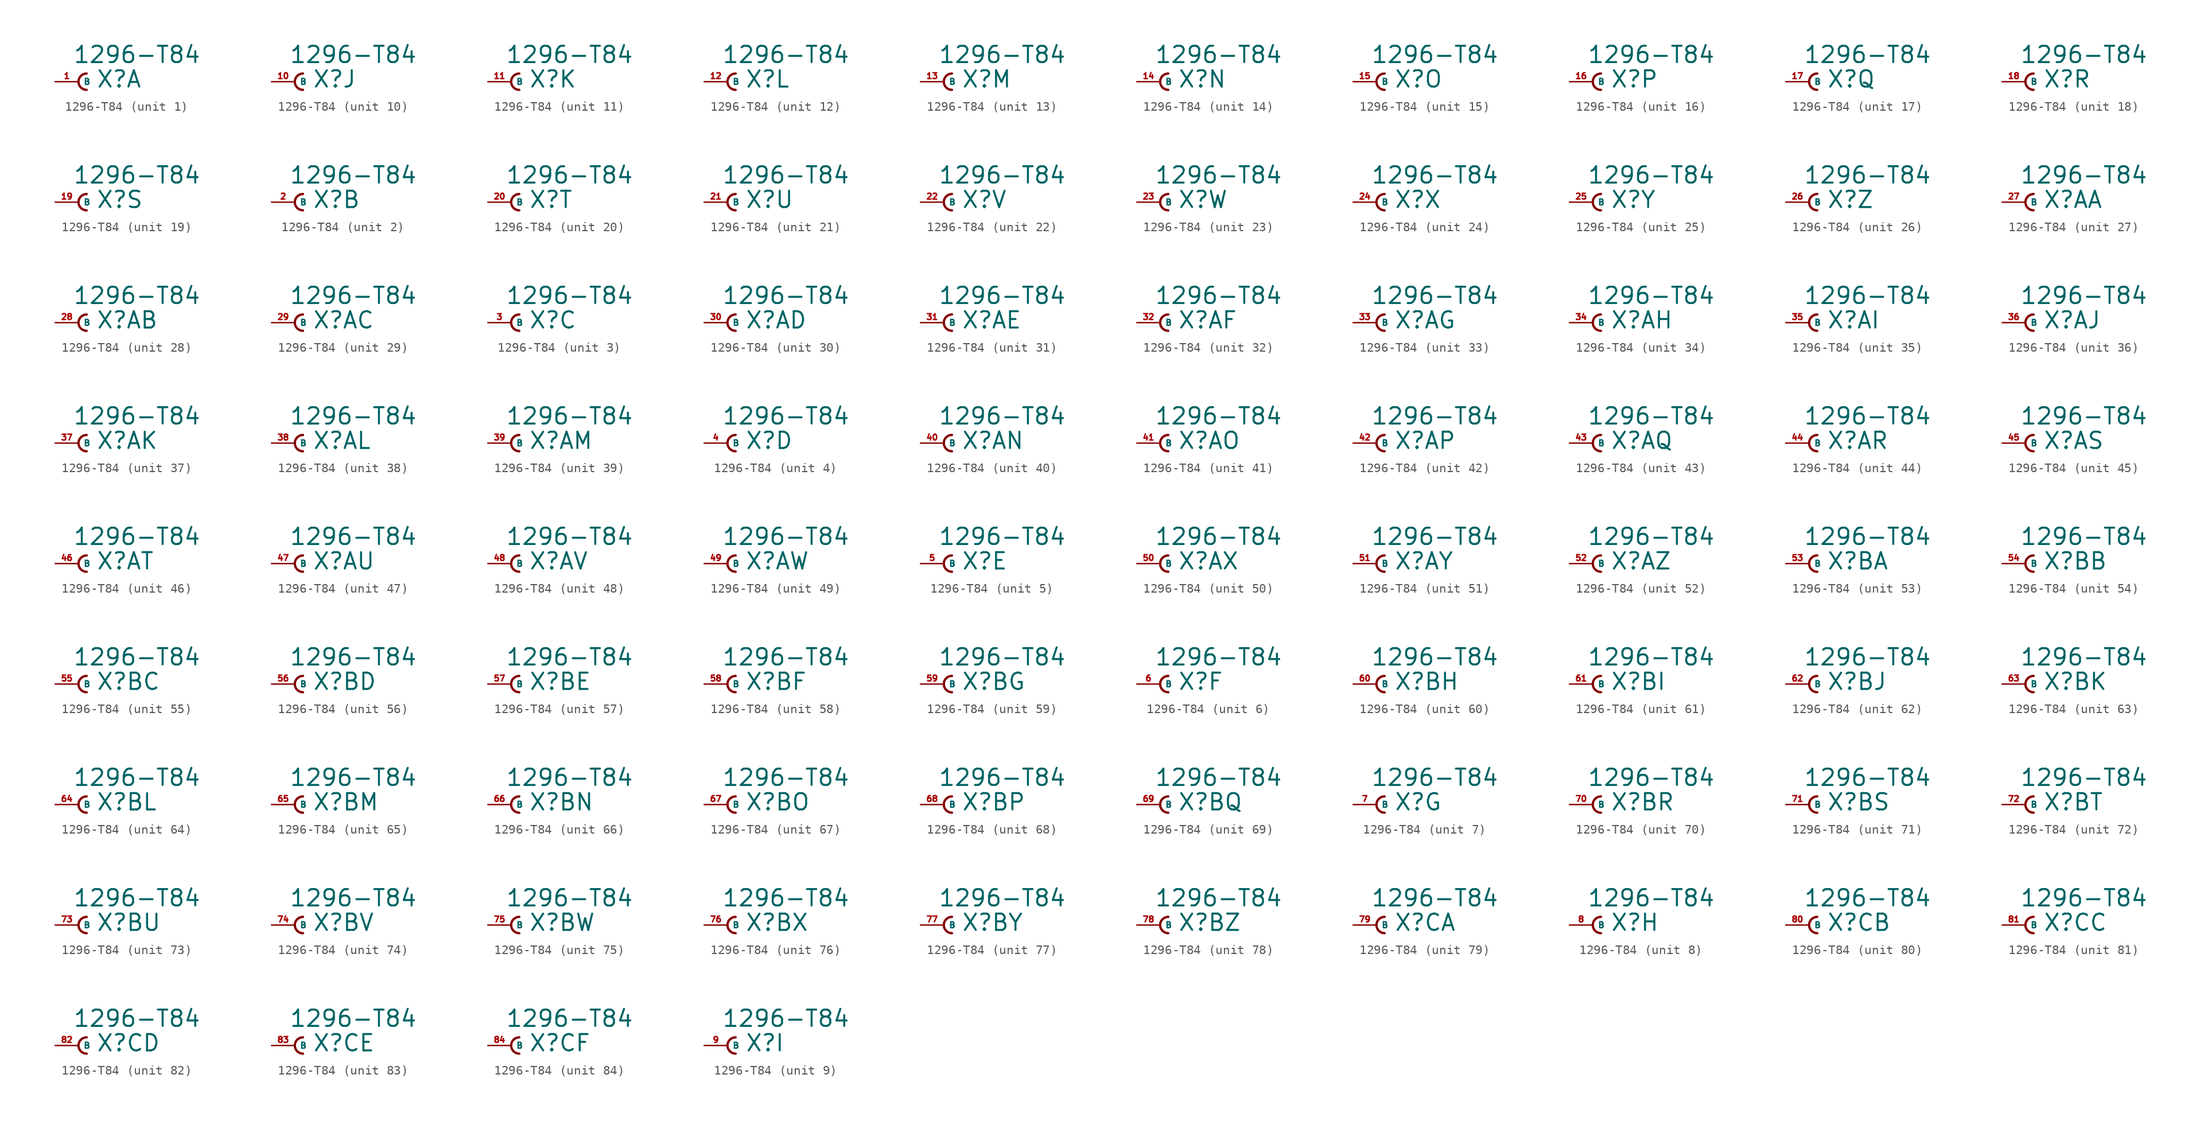
<source format=kicad_sym>
(kicad_symbol_lib
  (version 20220914)
  (generator Eagle2Kicad)
  (symbol "1296-T84"
    (property "Reference" "X"
      (at 1.905 -0.762 0)
      (effects (font (size 1.778 1.778) (thickness 0.22)) (justify left bottom)))
    (property "Value" "1296-T84"
      (at -0.635 1.905 0)
      (effects (font (size 1.778 1.778) (thickness 0.22)) (justify left bottom)))
    (symbol "1296-T84_1_0"
      (arc (start 0.889 0.889) (mid 0.000 0.000) (end 0.889 -0.889) (stroke (width 0.254) (type default)) (fill (type none)))
      (pin passive line (at -2.54 0 0) (length 2.54) (name "B" (effects (font (size 0.635 0.635) (thickness 0.08)) (justify left bottom))) (number "1" (effects (font (size 0.635 0.635) (thickness 0.08)) (justify left bottom)))))
    (symbol "1296-T84_2_0"
      (arc (start 0.889 0.889) (mid 0.000 0.000) (end 0.889 -0.889) (stroke (width 0.254) (type default)) (fill (type none)))
      (pin passive line (at -2.54 0 0) (length 2.54) (name "B" (effects (font (size 0.635 0.635) (thickness 0.08)) (justify left bottom))) (number "2" (effects (font (size 0.635 0.635) (thickness 0.08)) (justify left bottom)))))
    (symbol "1296-T84_3_0"
      (arc (start 0.889 0.889) (mid 0.000 0.000) (end 0.889 -0.889) (stroke (width 0.254) (type default)) (fill (type none)))
      (pin passive line (at -2.54 0 0) (length 2.54) (name "B" (effects (font (size 0.635 0.635) (thickness 0.08)) (justify left bottom))) (number "3" (effects (font (size 0.635 0.635) (thickness 0.08)) (justify left bottom)))))
    (symbol "1296-T84_4_0"
      (arc (start 0.889 0.889) (mid 0.000 0.000) (end 0.889 -0.889) (stroke (width 0.254) (type default)) (fill (type none)))
      (pin passive line (at -2.54 0 0) (length 2.54) (name "B" (effects (font (size 0.635 0.635) (thickness 0.08)) (justify left bottom))) (number "4" (effects (font (size 0.635 0.635) (thickness 0.08)) (justify left bottom)))))
    (symbol "1296-T84_5_0"
      (arc (start 0.889 0.889) (mid 0.000 0.000) (end 0.889 -0.889) (stroke (width 0.254) (type default)) (fill (type none)))
      (pin passive line (at -2.54 0 0) (length 2.54) (name "B" (effects (font (size 0.635 0.635) (thickness 0.08)) (justify left bottom))) (number "5" (effects (font (size 0.635 0.635) (thickness 0.08)) (justify left bottom)))))
    (symbol "1296-T84_6_0"
      (arc (start 0.889 0.889) (mid 0.000 0.000) (end 0.889 -0.889) (stroke (width 0.254) (type default)) (fill (type none)))
      (pin passive line (at -2.54 0 0) (length 2.54) (name "B" (effects (font (size 0.635 0.635) (thickness 0.08)) (justify left bottom))) (number "6" (effects (font (size 0.635 0.635) (thickness 0.08)) (justify left bottom)))))
    (symbol "1296-T84_7_0"
      (arc (start 0.889 0.889) (mid 0.000 0.000) (end 0.889 -0.889) (stroke (width 0.254) (type default)) (fill (type none)))
      (pin passive line (at -2.54 0 0) (length 2.54) (name "B" (effects (font (size 0.635 0.635) (thickness 0.08)) (justify left bottom))) (number "7" (effects (font (size 0.635 0.635) (thickness 0.08)) (justify left bottom)))))
    (symbol "1296-T84_8_0"
      (arc (start 0.889 0.889) (mid 0.000 0.000) (end 0.889 -0.889) (stroke (width 0.254) (type default)) (fill (type none)))
      (pin passive line (at -2.54 0 0) (length 2.54) (name "B" (effects (font (size 0.635 0.635) (thickness 0.08)) (justify left bottom))) (number "8" (effects (font (size 0.635 0.635) (thickness 0.08)) (justify left bottom)))))
    (symbol "1296-T84_9_0"
      (arc (start 0.889 0.889) (mid 0.000 0.000) (end 0.889 -0.889) (stroke (width 0.254) (type default)) (fill (type none)))
      (pin passive line (at -2.54 0 0) (length 2.54) (name "B" (effects (font (size 0.635 0.635) (thickness 0.08)) (justify left bottom))) (number "9" (effects (font (size 0.635 0.635) (thickness 0.08)) (justify left bottom)))))
    (symbol "1296-T84_10_0"
      (arc (start 0.889 0.889) (mid 0.000 0.000) (end 0.889 -0.889) (stroke (width 0.254) (type default)) (fill (type none)))
      (pin passive line (at -2.54 0 0) (length 2.54) (name "B" (effects (font (size 0.635 0.635) (thickness 0.08)) (justify left bottom))) (number "10" (effects (font (size 0.635 0.635) (thickness 0.08)) (justify left bottom)))))
    (symbol "1296-T84_11_0"
      (arc (start 0.889 0.889) (mid 0.000 0.000) (end 0.889 -0.889) (stroke (width 0.254) (type default)) (fill (type none)))
      (pin passive line (at -2.54 0 0) (length 2.54) (name "B" (effects (font (size 0.635 0.635) (thickness 0.08)) (justify left bottom))) (number "11" (effects (font (size 0.635 0.635) (thickness 0.08)) (justify left bottom)))))
    (symbol "1296-T84_12_0"
      (arc (start 0.889 0.889) (mid 0.000 0.000) (end 0.889 -0.889) (stroke (width 0.254) (type default)) (fill (type none)))
      (pin passive line (at -2.54 0 0) (length 2.54) (name "B" (effects (font (size 0.635 0.635) (thickness 0.08)) (justify left bottom))) (number "12" (effects (font (size 0.635 0.635) (thickness 0.08)) (justify left bottom)))))
    (symbol "1296-T84_13_0"
      (arc (start 0.889 0.889) (mid 0.000 0.000) (end 0.889 -0.889) (stroke (width 0.254) (type default)) (fill (type none)))
      (pin passive line (at -2.54 0 0) (length 2.54) (name "B" (effects (font (size 0.635 0.635) (thickness 0.08)) (justify left bottom))) (number "13" (effects (font (size 0.635 0.635) (thickness 0.08)) (justify left bottom)))))
    (symbol "1296-T84_14_0"
      (arc (start 0.889 0.889) (mid 0.000 0.000) (end 0.889 -0.889) (stroke (width 0.254) (type default)) (fill (type none)))
      (pin passive line (at -2.54 0 0) (length 2.54) (name "B" (effects (font (size 0.635 0.635) (thickness 0.08)) (justify left bottom))) (number "14" (effects (font (size 0.635 0.635) (thickness 0.08)) (justify left bottom)))))
    (symbol "1296-T84_15_0"
      (arc (start 0.889 0.889) (mid 0.000 0.000) (end 0.889 -0.889) (stroke (width 0.254) (type default)) (fill (type none)))
      (pin passive line (at -2.54 0 0) (length 2.54) (name "B" (effects (font (size 0.635 0.635) (thickness 0.08)) (justify left bottom))) (number "15" (effects (font (size 0.635 0.635) (thickness 0.08)) (justify left bottom)))))
    (symbol "1296-T84_16_0"
      (arc (start 0.889 0.889) (mid 0.000 0.000) (end 0.889 -0.889) (stroke (width 0.254) (type default)) (fill (type none)))
      (pin passive line (at -2.54 0 0) (length 2.54) (name "B" (effects (font (size 0.635 0.635) (thickness 0.08)) (justify left bottom))) (number "16" (effects (font (size 0.635 0.635) (thickness 0.08)) (justify left bottom)))))
    (symbol "1296-T84_17_0"
      (arc (start 0.889 0.889) (mid 0.000 0.000) (end 0.889 -0.889) (stroke (width 0.254) (type default)) (fill (type none)))
      (pin passive line (at -2.54 0 0) (length 2.54) (name "B" (effects (font (size 0.635 0.635) (thickness 0.08)) (justify left bottom))) (number "17" (effects (font (size 0.635 0.635) (thickness 0.08)) (justify left bottom)))))
    (symbol "1296-T84_18_0"
      (arc (start 0.889 0.889) (mid 0.000 0.000) (end 0.889 -0.889) (stroke (width 0.254) (type default)) (fill (type none)))
      (pin passive line (at -2.54 0 0) (length 2.54) (name "B" (effects (font (size 0.635 0.635) (thickness 0.08)) (justify left bottom))) (number "18" (effects (font (size 0.635 0.635) (thickness 0.08)) (justify left bottom)))))
    (symbol "1296-T84_19_0"
      (arc (start 0.889 0.889) (mid 0.000 0.000) (end 0.889 -0.889) (stroke (width 0.254) (type default)) (fill (type none)))
      (pin passive line (at -2.54 0 0) (length 2.54) (name "B" (effects (font (size 0.635 0.635) (thickness 0.08)) (justify left bottom))) (number "19" (effects (font (size 0.635 0.635) (thickness 0.08)) (justify left bottom)))))
    (symbol "1296-T84_20_0"
      (arc (start 0.889 0.889) (mid 0.000 0.000) (end 0.889 -0.889) (stroke (width 0.254) (type default)) (fill (type none)))
      (pin passive line (at -2.54 0 0) (length 2.54) (name "B" (effects (font (size 0.635 0.635) (thickness 0.08)) (justify left bottom))) (number "20" (effects (font (size 0.635 0.635) (thickness 0.08)) (justify left bottom)))))
    (symbol "1296-T84_21_0"
      (arc (start 0.889 0.889) (mid 0.000 0.000) (end 0.889 -0.889) (stroke (width 0.254) (type default)) (fill (type none)))
      (pin passive line (at -2.54 0 0) (length 2.54) (name "B" (effects (font (size 0.635 0.635) (thickness 0.08)) (justify left bottom))) (number "21" (effects (font (size 0.635 0.635) (thickness 0.08)) (justify left bottom)))))
    (symbol "1296-T84_22_0"
      (arc (start 0.889 0.889) (mid 0.000 0.000) (end 0.889 -0.889) (stroke (width 0.254) (type default)) (fill (type none)))
      (pin passive line (at -2.54 0 0) (length 2.54) (name "B" (effects (font (size 0.635 0.635) (thickness 0.08)) (justify left bottom))) (number "22" (effects (font (size 0.635 0.635) (thickness 0.08)) (justify left bottom)))))
    (symbol "1296-T84_23_0"
      (arc (start 0.889 0.889) (mid 0.000 0.000) (end 0.889 -0.889) (stroke (width 0.254) (type default)) (fill (type none)))
      (pin passive line (at -2.54 0 0) (length 2.54) (name "B" (effects (font (size 0.635 0.635) (thickness 0.08)) (justify left bottom))) (number "23" (effects (font (size 0.635 0.635) (thickness 0.08)) (justify left bottom)))))
    (symbol "1296-T84_24_0"
      (arc (start 0.889 0.889) (mid 0.000 0.000) (end 0.889 -0.889) (stroke (width 0.254) (type default)) (fill (type none)))
      (pin passive line (at -2.54 0 0) (length 2.54) (name "B" (effects (font (size 0.635 0.635) (thickness 0.08)) (justify left bottom))) (number "24" (effects (font (size 0.635 0.635) (thickness 0.08)) (justify left bottom)))))
    (symbol "1296-T84_25_0"
      (arc (start 0.889 0.889) (mid 0.000 0.000) (end 0.889 -0.889) (stroke (width 0.254) (type default)) (fill (type none)))
      (pin passive line (at -2.54 0 0) (length 2.54) (name "B" (effects (font (size 0.635 0.635) (thickness 0.08)) (justify left bottom))) (number "25" (effects (font (size 0.635 0.635) (thickness 0.08)) (justify left bottom)))))
    (symbol "1296-T84_26_0"
      (arc (start 0.889 0.889) (mid 0.000 0.000) (end 0.889 -0.889) (stroke (width 0.254) (type default)) (fill (type none)))
      (pin passive line (at -2.54 0 0) (length 2.54) (name "B" (effects (font (size 0.635 0.635) (thickness 0.08)) (justify left bottom))) (number "26" (effects (font (size 0.635 0.635) (thickness 0.08)) (justify left bottom)))))
    (symbol "1296-T84_27_0"
      (arc (start 0.889 0.889) (mid 0.000 0.000) (end 0.889 -0.889) (stroke (width 0.254) (type default)) (fill (type none)))
      (pin passive line (at -2.54 0 0) (length 2.54) (name "B" (effects (font (size 0.635 0.635) (thickness 0.08)) (justify left bottom))) (number "27" (effects (font (size 0.635 0.635) (thickness 0.08)) (justify left bottom)))))
    (symbol "1296-T84_28_0"
      (arc (start 0.889 0.889) (mid 0.000 0.000) (end 0.889 -0.889) (stroke (width 0.254) (type default)) (fill (type none)))
      (pin passive line (at -2.54 0 0) (length 2.54) (name "B" (effects (font (size 0.635 0.635) (thickness 0.08)) (justify left bottom))) (number "28" (effects (font (size 0.635 0.635) (thickness 0.08)) (justify left bottom)))))
    (symbol "1296-T84_29_0"
      (arc (start 0.889 0.889) (mid 0.000 0.000) (end 0.889 -0.889) (stroke (width 0.254) (type default)) (fill (type none)))
      (pin passive line (at -2.54 0 0) (length 2.54) (name "B" (effects (font (size 0.635 0.635) (thickness 0.08)) (justify left bottom))) (number "29" (effects (font (size 0.635 0.635) (thickness 0.08)) (justify left bottom)))))
    (symbol "1296-T84_30_0"
      (arc (start 0.889 0.889) (mid 0.000 0.000) (end 0.889 -0.889) (stroke (width 0.254) (type default)) (fill (type none)))
      (pin passive line (at -2.54 0 0) (length 2.54) (name "B" (effects (font (size 0.635 0.635) (thickness 0.08)) (justify left bottom))) (number "30" (effects (font (size 0.635 0.635) (thickness 0.08)) (justify left bottom)))))
    (symbol "1296-T84_31_0"
      (arc (start 0.889 0.889) (mid 0.000 0.000) (end 0.889 -0.889) (stroke (width 0.254) (type default)) (fill (type none)))
      (pin passive line (at -2.54 0 0) (length 2.54) (name "B" (effects (font (size 0.635 0.635) (thickness 0.08)) (justify left bottom))) (number "31" (effects (font (size 0.635 0.635) (thickness 0.08)) (justify left bottom)))))
    (symbol "1296-T84_32_0"
      (arc (start 0.889 0.889) (mid 0.000 0.000) (end 0.889 -0.889) (stroke (width 0.254) (type default)) (fill (type none)))
      (pin passive line (at -2.54 0 0) (length 2.54) (name "B" (effects (font (size 0.635 0.635) (thickness 0.08)) (justify left bottom))) (number "32" (effects (font (size 0.635 0.635) (thickness 0.08)) (justify left bottom)))))
    (symbol "1296-T84_33_0"
      (arc (start 0.889 0.889) (mid 0.000 0.000) (end 0.889 -0.889) (stroke (width 0.254) (type default)) (fill (type none)))
      (pin passive line (at -2.54 0 0) (length 2.54) (name "B" (effects (font (size 0.635 0.635) (thickness 0.08)) (justify left bottom))) (number "33" (effects (font (size 0.635 0.635) (thickness 0.08)) (justify left bottom)))))
    (symbol "1296-T84_34_0"
      (arc (start 0.889 0.889) (mid 0.000 0.000) (end 0.889 -0.889) (stroke (width 0.254) (type default)) (fill (type none)))
      (pin passive line (at -2.54 0 0) (length 2.54) (name "B" (effects (font (size 0.635 0.635) (thickness 0.08)) (justify left bottom))) (number "34" (effects (font (size 0.635 0.635) (thickness 0.08)) (justify left bottom)))))
    (symbol "1296-T84_35_0"
      (arc (start 0.889 0.889) (mid 0.000 0.000) (end 0.889 -0.889) (stroke (width 0.254) (type default)) (fill (type none)))
      (pin passive line (at -2.54 0 0) (length 2.54) (name "B" (effects (font (size 0.635 0.635) (thickness 0.08)) (justify left bottom))) (number "35" (effects (font (size 0.635 0.635) (thickness 0.08)) (justify left bottom)))))
    (symbol "1296-T84_36_0"
      (arc (start 0.889 0.889) (mid 0.000 0.000) (end 0.889 -0.889) (stroke (width 0.254) (type default)) (fill (type none)))
      (pin passive line (at -2.54 0 0) (length 2.54) (name "B" (effects (font (size 0.635 0.635) (thickness 0.08)) (justify left bottom))) (number "36" (effects (font (size 0.635 0.635) (thickness 0.08)) (justify left bottom)))))
    (symbol "1296-T84_37_0"
      (arc (start 0.889 0.889) (mid 0.000 0.000) (end 0.889 -0.889) (stroke (width 0.254) (type default)) (fill (type none)))
      (pin passive line (at -2.54 0 0) (length 2.54) (name "B" (effects (font (size 0.635 0.635) (thickness 0.08)) (justify left bottom))) (number "37" (effects (font (size 0.635 0.635) (thickness 0.08)) (justify left bottom)))))
    (symbol "1296-T84_38_0"
      (arc (start 0.889 0.889) (mid 0.000 0.000) (end 0.889 -0.889) (stroke (width 0.254) (type default)) (fill (type none)))
      (pin passive line (at -2.54 0 0) (length 2.54) (name "B" (effects (font (size 0.635 0.635) (thickness 0.08)) (justify left bottom))) (number "38" (effects (font (size 0.635 0.635) (thickness 0.08)) (justify left bottom)))))
    (symbol "1296-T84_39_0"
      (arc (start 0.889 0.889) (mid 0.000 0.000) (end 0.889 -0.889) (stroke (width 0.254) (type default)) (fill (type none)))
      (pin passive line (at -2.54 0 0) (length 2.54) (name "B" (effects (font (size 0.635 0.635) (thickness 0.08)) (justify left bottom))) (number "39" (effects (font (size 0.635 0.635) (thickness 0.08)) (justify left bottom)))))
    (symbol "1296-T84_40_0"
      (arc (start 0.889 0.889) (mid 0.000 0.000) (end 0.889 -0.889) (stroke (width 0.254) (type default)) (fill (type none)))
      (pin passive line (at -2.54 0 0) (length 2.54) (name "B" (effects (font (size 0.635 0.635) (thickness 0.08)) (justify left bottom))) (number "40" (effects (font (size 0.635 0.635) (thickness 0.08)) (justify left bottom)))))
    (symbol "1296-T84_41_0"
      (arc (start 0.889 0.889) (mid 0.000 0.000) (end 0.889 -0.889) (stroke (width 0.254) (type default)) (fill (type none)))
      (pin passive line (at -2.54 0 0) (length 2.54) (name "B" (effects (font (size 0.635 0.635) (thickness 0.08)) (justify left bottom))) (number "41" (effects (font (size 0.635 0.635) (thickness 0.08)) (justify left bottom)))))
    (symbol "1296-T84_42_0"
      (arc (start 0.889 0.889) (mid 0.000 0.000) (end 0.889 -0.889) (stroke (width 0.254) (type default)) (fill (type none)))
      (pin passive line (at -2.54 0 0) (length 2.54) (name "B" (effects (font (size 0.635 0.635) (thickness 0.08)) (justify left bottom))) (number "42" (effects (font (size 0.635 0.635) (thickness 0.08)) (justify left bottom)))))
    (symbol "1296-T84_43_0"
      (arc (start 0.889 0.889) (mid 0.000 0.000) (end 0.889 -0.889) (stroke (width 0.254) (type default)) (fill (type none)))
      (pin passive line (at -2.54 0 0) (length 2.54) (name "B" (effects (font (size 0.635 0.635) (thickness 0.08)) (justify left bottom))) (number "43" (effects (font (size 0.635 0.635) (thickness 0.08)) (justify left bottom)))))
    (symbol "1296-T84_44_0"
      (arc (start 0.889 0.889) (mid 0.000 0.000) (end 0.889 -0.889) (stroke (width 0.254) (type default)) (fill (type none)))
      (pin passive line (at -2.54 0 0) (length 2.54) (name "B" (effects (font (size 0.635 0.635) (thickness 0.08)) (justify left bottom))) (number "44" (effects (font (size 0.635 0.635) (thickness 0.08)) (justify left bottom)))))
    (symbol "1296-T84_45_0"
      (arc (start 0.889 0.889) (mid 0.000 0.000) (end 0.889 -0.889) (stroke (width 0.254) (type default)) (fill (type none)))
      (pin passive line (at -2.54 0 0) (length 2.54) (name "B" (effects (font (size 0.635 0.635) (thickness 0.08)) (justify left bottom))) (number "45" (effects (font (size 0.635 0.635) (thickness 0.08)) (justify left bottom)))))
    (symbol "1296-T84_46_0"
      (arc (start 0.889 0.889) (mid 0.000 0.000) (end 0.889 -0.889) (stroke (width 0.254) (type default)) (fill (type none)))
      (pin passive line (at -2.54 0 0) (length 2.54) (name "B" (effects (font (size 0.635 0.635) (thickness 0.08)) (justify left bottom))) (number "46" (effects (font (size 0.635 0.635) (thickness 0.08)) (justify left bottom)))))
    (symbol "1296-T84_47_0"
      (arc (start 0.889 0.889) (mid 0.000 0.000) (end 0.889 -0.889) (stroke (width 0.254) (type default)) (fill (type none)))
      (pin passive line (at -2.54 0 0) (length 2.54) (name "B" (effects (font (size 0.635 0.635) (thickness 0.08)) (justify left bottom))) (number "47" (effects (font (size 0.635 0.635) (thickness 0.08)) (justify left bottom)))))
    (symbol "1296-T84_48_0"
      (arc (start 0.889 0.889) (mid 0.000 0.000) (end 0.889 -0.889) (stroke (width 0.254) (type default)) (fill (type none)))
      (pin passive line (at -2.54 0 0) (length 2.54) (name "B" (effects (font (size 0.635 0.635) (thickness 0.08)) (justify left bottom))) (number "48" (effects (font (size 0.635 0.635) (thickness 0.08)) (justify left bottom)))))
    (symbol "1296-T84_49_0"
      (arc (start 0.889 0.889) (mid 0.000 0.000) (end 0.889 -0.889) (stroke (width 0.254) (type default)) (fill (type none)))
      (pin passive line (at -2.54 0 0) (length 2.54) (name "B" (effects (font (size 0.635 0.635) (thickness 0.08)) (justify left bottom))) (number "49" (effects (font (size 0.635 0.635) (thickness 0.08)) (justify left bottom)))))
    (symbol "1296-T84_50_0"
      (arc (start 0.889 0.889) (mid 0.000 0.000) (end 0.889 -0.889) (stroke (width 0.254) (type default)) (fill (type none)))
      (pin passive line (at -2.54 0 0) (length 2.54) (name "B" (effects (font (size 0.635 0.635) (thickness 0.08)) (justify left bottom))) (number "50" (effects (font (size 0.635 0.635) (thickness 0.08)) (justify left bottom)))))
    (symbol "1296-T84_51_0"
      (arc (start 0.889 0.889) (mid 0.000 0.000) (end 0.889 -0.889) (stroke (width 0.254) (type default)) (fill (type none)))
      (pin passive line (at -2.54 0 0) (length 2.54) (name "B" (effects (font (size 0.635 0.635) (thickness 0.08)) (justify left bottom))) (number "51" (effects (font (size 0.635 0.635) (thickness 0.08)) (justify left bottom)))))
    (symbol "1296-T84_52_0"
      (arc (start 0.889 0.889) (mid 0.000 0.000) (end 0.889 -0.889) (stroke (width 0.254) (type default)) (fill (type none)))
      (pin passive line (at -2.54 0 0) (length 2.54) (name "B" (effects (font (size 0.635 0.635) (thickness 0.08)) (justify left bottom))) (number "52" (effects (font (size 0.635 0.635) (thickness 0.08)) (justify left bottom)))))
    (symbol "1296-T84_53_0"
      (arc (start 0.889 0.889) (mid 0.000 0.000) (end 0.889 -0.889) (stroke (width 0.254) (type default)) (fill (type none)))
      (pin passive line (at -2.54 0 0) (length 2.54) (name "B" (effects (font (size 0.635 0.635) (thickness 0.08)) (justify left bottom))) (number "53" (effects (font (size 0.635 0.635) (thickness 0.08)) (justify left bottom)))))
    (symbol "1296-T84_54_0"
      (arc (start 0.889 0.889) (mid 0.000 0.000) (end 0.889 -0.889) (stroke (width 0.254) (type default)) (fill (type none)))
      (pin passive line (at -2.54 0 0) (length 2.54) (name "B" (effects (font (size 0.635 0.635) (thickness 0.08)) (justify left bottom))) (number "54" (effects (font (size 0.635 0.635) (thickness 0.08)) (justify left bottom)))))
    (symbol "1296-T84_55_0"
      (arc (start 0.889 0.889) (mid 0.000 0.000) (end 0.889 -0.889) (stroke (width 0.254) (type default)) (fill (type none)))
      (pin passive line (at -2.54 0 0) (length 2.54) (name "B" (effects (font (size 0.635 0.635) (thickness 0.08)) (justify left bottom))) (number "55" (effects (font (size 0.635 0.635) (thickness 0.08)) (justify left bottom)))))
    (symbol "1296-T84_56_0"
      (arc (start 0.889 0.889) (mid 0.000 0.000) (end 0.889 -0.889) (stroke (width 0.254) (type default)) (fill (type none)))
      (pin passive line (at -2.54 0 0) (length 2.54) (name "B" (effects (font (size 0.635 0.635) (thickness 0.08)) (justify left bottom))) (number "56" (effects (font (size 0.635 0.635) (thickness 0.08)) (justify left bottom)))))
    (symbol "1296-T84_57_0"
      (arc (start 0.889 0.889) (mid 0.000 0.000) (end 0.889 -0.889) (stroke (width 0.254) (type default)) (fill (type none)))
      (pin passive line (at -2.54 0 0) (length 2.54) (name "B" (effects (font (size 0.635 0.635) (thickness 0.08)) (justify left bottom))) (number "57" (effects (font (size 0.635 0.635) (thickness 0.08)) (justify left bottom)))))
    (symbol "1296-T84_58_0"
      (arc (start 0.889 0.889) (mid 0.000 0.000) (end 0.889 -0.889) (stroke (width 0.254) (type default)) (fill (type none)))
      (pin passive line (at -2.54 0 0) (length 2.54) (name "B" (effects (font (size 0.635 0.635) (thickness 0.08)) (justify left bottom))) (number "58" (effects (font (size 0.635 0.635) (thickness 0.08)) (justify left bottom)))))
    (symbol "1296-T84_59_0"
      (arc (start 0.889 0.889) (mid 0.000 0.000) (end 0.889 -0.889) (stroke (width 0.254) (type default)) (fill (type none)))
      (pin passive line (at -2.54 0 0) (length 2.54) (name "B" (effects (font (size 0.635 0.635) (thickness 0.08)) (justify left bottom))) (number "59" (effects (font (size 0.635 0.635) (thickness 0.08)) (justify left bottom)))))
    (symbol "1296-T84_60_0"
      (arc (start 0.889 0.889) (mid 0.000 0.000) (end 0.889 -0.889) (stroke (width 0.254) (type default)) (fill (type none)))
      (pin passive line (at -2.54 0 0) (length 2.54) (name "B" (effects (font (size 0.635 0.635) (thickness 0.08)) (justify left bottom))) (number "60" (effects (font (size 0.635 0.635) (thickness 0.08)) (justify left bottom)))))
    (symbol "1296-T84_61_0"
      (arc (start 0.889 0.889) (mid 0.000 0.000) (end 0.889 -0.889) (stroke (width 0.254) (type default)) (fill (type none)))
      (pin passive line (at -2.54 0 0) (length 2.54) (name "B" (effects (font (size 0.635 0.635) (thickness 0.08)) (justify left bottom))) (number "61" (effects (font (size 0.635 0.635) (thickness 0.08)) (justify left bottom)))))
    (symbol "1296-T84_62_0"
      (arc (start 0.889 0.889) (mid 0.000 0.000) (end 0.889 -0.889) (stroke (width 0.254) (type default)) (fill (type none)))
      (pin passive line (at -2.54 0 0) (length 2.54) (name "B" (effects (font (size 0.635 0.635) (thickness 0.08)) (justify left bottom))) (number "62" (effects (font (size 0.635 0.635) (thickness 0.08)) (justify left bottom)))))
    (symbol "1296-T84_63_0"
      (arc (start 0.889 0.889) (mid 0.000 0.000) (end 0.889 -0.889) (stroke (width 0.254) (type default)) (fill (type none)))
      (pin passive line (at -2.54 0 0) (length 2.54) (name "B" (effects (font (size 0.635 0.635) (thickness 0.08)) (justify left bottom))) (number "63" (effects (font (size 0.635 0.635) (thickness 0.08)) (justify left bottom)))))
    (symbol "1296-T84_64_0"
      (arc (start 0.889 0.889) (mid 0.000 0.000) (end 0.889 -0.889) (stroke (width 0.254) (type default)) (fill (type none)))
      (pin passive line (at -2.54 0 0) (length 2.54) (name "B" (effects (font (size 0.635 0.635) (thickness 0.08)) (justify left bottom))) (number "64" (effects (font (size 0.635 0.635) (thickness 0.08)) (justify left bottom)))))
    (symbol "1296-T84_65_0"
      (arc (start 0.889 0.889) (mid 0.000 0.000) (end 0.889 -0.889) (stroke (width 0.254) (type default)) (fill (type none)))
      (pin passive line (at -2.54 0 0) (length 2.54) (name "B" (effects (font (size 0.635 0.635) (thickness 0.08)) (justify left bottom))) (number "65" (effects (font (size 0.635 0.635) (thickness 0.08)) (justify left bottom)))))
    (symbol "1296-T84_66_0"
      (arc (start 0.889 0.889) (mid 0.000 0.000) (end 0.889 -0.889) (stroke (width 0.254) (type default)) (fill (type none)))
      (pin passive line (at -2.54 0 0) (length 2.54) (name "B" (effects (font (size 0.635 0.635) (thickness 0.08)) (justify left bottom))) (number "66" (effects (font (size 0.635 0.635) (thickness 0.08)) (justify left bottom)))))
    (symbol "1296-T84_67_0"
      (arc (start 0.889 0.889) (mid 0.000 0.000) (end 0.889 -0.889) (stroke (width 0.254) (type default)) (fill (type none)))
      (pin passive line (at -2.54 0 0) (length 2.54) (name "B" (effects (font (size 0.635 0.635) (thickness 0.08)) (justify left bottom))) (number "67" (effects (font (size 0.635 0.635) (thickness 0.08)) (justify left bottom)))))
    (symbol "1296-T84_68_0"
      (arc (start 0.889 0.889) (mid 0.000 0.000) (end 0.889 -0.889) (stroke (width 0.254) (type default)) (fill (type none)))
      (pin passive line (at -2.54 0 0) (length 2.54) (name "B" (effects (font (size 0.635 0.635) (thickness 0.08)) (justify left bottom))) (number "68" (effects (font (size 0.635 0.635) (thickness 0.08)) (justify left bottom)))))
    (symbol "1296-T84_69_0"
      (arc (start 0.889 0.889) (mid 0.000 0.000) (end 0.889 -0.889) (stroke (width 0.254) (type default)) (fill (type none)))
      (pin passive line (at -2.54 0 0) (length 2.54) (name "B" (effects (font (size 0.635 0.635) (thickness 0.08)) (justify left bottom))) (number "69" (effects (font (size 0.635 0.635) (thickness 0.08)) (justify left bottom)))))
    (symbol "1296-T84_70_0"
      (arc (start 0.889 0.889) (mid 0.000 0.000) (end 0.889 -0.889) (stroke (width 0.254) (type default)) (fill (type none)))
      (pin passive line (at -2.54 0 0) (length 2.54) (name "B" (effects (font (size 0.635 0.635) (thickness 0.08)) (justify left bottom))) (number "70" (effects (font (size 0.635 0.635) (thickness 0.08)) (justify left bottom)))))
    (symbol "1296-T84_71_0"
      (arc (start 0.889 0.889) (mid 0.000 0.000) (end 0.889 -0.889) (stroke (width 0.254) (type default)) (fill (type none)))
      (pin passive line (at -2.54 0 0) (length 2.54) (name "B" (effects (font (size 0.635 0.635) (thickness 0.08)) (justify left bottom))) (number "71" (effects (font (size 0.635 0.635) (thickness 0.08)) (justify left bottom)))))
    (symbol "1296-T84_72_0"
      (arc (start 0.889 0.889) (mid 0.000 0.000) (end 0.889 -0.889) (stroke (width 0.254) (type default)) (fill (type none)))
      (pin passive line (at -2.54 0 0) (length 2.54) (name "B" (effects (font (size 0.635 0.635) (thickness 0.08)) (justify left bottom))) (number "72" (effects (font (size 0.635 0.635) (thickness 0.08)) (justify left bottom)))))
    (symbol "1296-T84_73_0"
      (arc (start 0.889 0.889) (mid 0.000 0.000) (end 0.889 -0.889) (stroke (width 0.254) (type default)) (fill (type none)))
      (pin passive line (at -2.54 0 0) (length 2.54) (name "B" (effects (font (size 0.635 0.635) (thickness 0.08)) (justify left bottom))) (number "73" (effects (font (size 0.635 0.635) (thickness 0.08)) (justify left bottom)))))
    (symbol "1296-T84_74_0"
      (arc (start 0.889 0.889) (mid 0.000 0.000) (end 0.889 -0.889) (stroke (width 0.254) (type default)) (fill (type none)))
      (pin passive line (at -2.54 0 0) (length 2.54) (name "B" (effects (font (size 0.635 0.635) (thickness 0.08)) (justify left bottom))) (number "74" (effects (font (size 0.635 0.635) (thickness 0.08)) (justify left bottom)))))
    (symbol "1296-T84_75_0"
      (arc (start 0.889 0.889) (mid 0.000 0.000) (end 0.889 -0.889) (stroke (width 0.254) (type default)) (fill (type none)))
      (pin passive line (at -2.54 0 0) (length 2.54) (name "B" (effects (font (size 0.635 0.635) (thickness 0.08)) (justify left bottom))) (number "75" (effects (font (size 0.635 0.635) (thickness 0.08)) (justify left bottom)))))
    (symbol "1296-T84_76_0"
      (arc (start 0.889 0.889) (mid 0.000 0.000) (end 0.889 -0.889) (stroke (width 0.254) (type default)) (fill (type none)))
      (pin passive line (at -2.54 0 0) (length 2.54) (name "B" (effects (font (size 0.635 0.635) (thickness 0.08)) (justify left bottom))) (number "76" (effects (font (size 0.635 0.635) (thickness 0.08)) (justify left bottom)))))
    (symbol "1296-T84_77_0"
      (arc (start 0.889 0.889) (mid 0.000 0.000) (end 0.889 -0.889) (stroke (width 0.254) (type default)) (fill (type none)))
      (pin passive line (at -2.54 0 0) (length 2.54) (name "B" (effects (font (size 0.635 0.635) (thickness 0.08)) (justify left bottom))) (number "77" (effects (font (size 0.635 0.635) (thickness 0.08)) (justify left bottom)))))
    (symbol "1296-T84_78_0"
      (arc (start 0.889 0.889) (mid 0.000 0.000) (end 0.889 -0.889) (stroke (width 0.254) (type default)) (fill (type none)))
      (pin passive line (at -2.54 0 0) (length 2.54) (name "B" (effects (font (size 0.635 0.635) (thickness 0.08)) (justify left bottom))) (number "78" (effects (font (size 0.635 0.635) (thickness 0.08)) (justify left bottom)))))
    (symbol "1296-T84_79_0"
      (arc (start 0.889 0.889) (mid 0.000 0.000) (end 0.889 -0.889) (stroke (width 0.254) (type default)) (fill (type none)))
      (pin passive line (at -2.54 0 0) (length 2.54) (name "B" (effects (font (size 0.635 0.635) (thickness 0.08)) (justify left bottom))) (number "79" (effects (font (size 0.635 0.635) (thickness 0.08)) (justify left bottom)))))
    (symbol "1296-T84_80_0"
      (arc (start 0.889 0.889) (mid 0.000 0.000) (end 0.889 -0.889) (stroke (width 0.254) (type default)) (fill (type none)))
      (pin passive line (at -2.54 0 0) (length 2.54) (name "B" (effects (font (size 0.635 0.635) (thickness 0.08)) (justify left bottom))) (number "80" (effects (font (size 0.635 0.635) (thickness 0.08)) (justify left bottom)))))
    (symbol "1296-T84_81_0"
      (arc (start 0.889 0.889) (mid 0.000 0.000) (end 0.889 -0.889) (stroke (width 0.254) (type default)) (fill (type none)))
      (pin passive line (at -2.54 0 0) (length 2.54) (name "B" (effects (font (size 0.635 0.635) (thickness 0.08)) (justify left bottom))) (number "81" (effects (font (size 0.635 0.635) (thickness 0.08)) (justify left bottom)))))
    (symbol "1296-T84_82_0"
      (arc (start 0.889 0.889) (mid 0.000 0.000) (end 0.889 -0.889) (stroke (width 0.254) (type default)) (fill (type none)))
      (pin passive line (at -2.54 0 0) (length 2.54) (name "B" (effects (font (size 0.635 0.635) (thickness 0.08)) (justify left bottom))) (number "82" (effects (font (size 0.635 0.635) (thickness 0.08)) (justify left bottom)))))
    (symbol "1296-T84_83_0"
      (arc (start 0.889 0.889) (mid 0.000 0.000) (end 0.889 -0.889) (stroke (width 0.254) (type default)) (fill (type none)))
      (pin passive line (at -2.54 0 0) (length 2.54) (name "B" (effects (font (size 0.635 0.635) (thickness 0.08)) (justify left bottom))) (number "83" (effects (font (size 0.635 0.635) (thickness 0.08)) (justify left bottom)))))
    (symbol "1296-T84_84_0"
      (arc (start 0.889 0.889) (mid 0.000 0.000) (end 0.889 -0.889) (stroke (width 0.254) (type default)) (fill (type none)))
      (pin passive line (at -2.54 0 0) (length 2.54) (name "B" (effects (font (size 0.635 0.635) (thickness 0.08)) (justify left bottom))) (number "84" (effects (font (size 0.635 0.635) (thickness 0.08)) (justify left bottom)))))))
</source>
